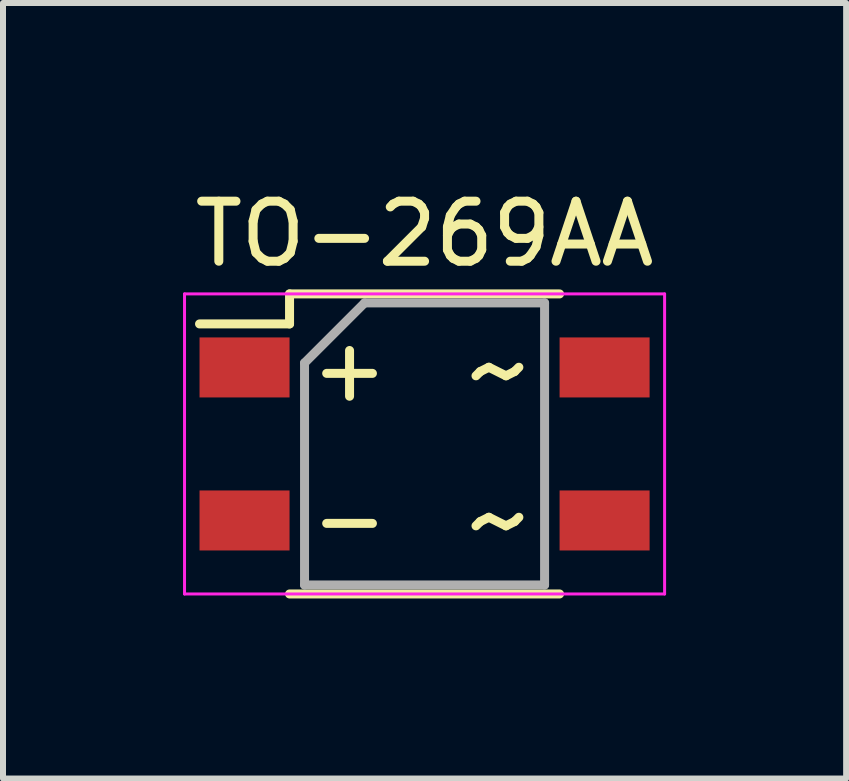
<source format=kicad_pcb>
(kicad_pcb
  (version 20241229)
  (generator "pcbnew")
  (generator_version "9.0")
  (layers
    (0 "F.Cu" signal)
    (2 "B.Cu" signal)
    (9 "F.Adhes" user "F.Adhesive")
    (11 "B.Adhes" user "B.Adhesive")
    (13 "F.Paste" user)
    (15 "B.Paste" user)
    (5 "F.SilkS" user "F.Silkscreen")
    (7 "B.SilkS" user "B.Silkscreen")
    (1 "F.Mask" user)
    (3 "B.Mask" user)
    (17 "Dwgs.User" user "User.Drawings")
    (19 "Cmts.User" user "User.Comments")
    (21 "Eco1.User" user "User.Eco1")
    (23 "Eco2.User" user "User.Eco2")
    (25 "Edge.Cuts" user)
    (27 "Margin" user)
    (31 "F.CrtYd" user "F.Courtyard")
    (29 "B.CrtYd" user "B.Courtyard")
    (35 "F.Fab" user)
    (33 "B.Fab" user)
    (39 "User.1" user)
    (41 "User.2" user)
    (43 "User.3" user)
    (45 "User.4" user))
  (footprint "TO-269AA"
    (layer "F.Cu")
    (at 4.025 4.348)
    (property "Reference" "TO-269AA" (at 0 -3.5 0) (layer "F.SilkS") (effects (font (size 1 1) (thickness 0.15))))
    (attr through_hole)
    (fp_line (start -2.25 -2.5) (end 2.25 -2.5) (stroke (width 0.15) (type solid)) (layer "F.SilkS"))
    (fp_line (start -2.25 -2) (end -3.75 -2) (stroke (width 0.15) (type solid)) (layer "F.SilkS"))
    (fp_line (start -2.25 -2) (end -2.25 -2.5) (stroke (width 0.15) (type solid)) (layer "F.SilkS"))
    (fp_line (start 2.25 2.5) (end -2.25 2.5) (stroke (width 0.15) (type solid)) (layer "F.SilkS"))
    (fp_line (start -4 -2.5) (end 4 -2.5) (stroke (width 0.05) (type solid)) (layer "F.CrtYd"))
    (fp_line (start -4 2.5) (end -4 -2.5) (stroke (width 0.05) (type solid)) (layer "F.CrtYd"))
    (fp_line (start 4 -2.5) (end 4 2.5) (stroke (width 0.05) (type solid)) (layer "F.CrtYd"))
    (fp_line (start 4 2.5) (end -4 2.5) (stroke (width 0.05) (type solid)) (layer "F.CrtYd"))
    (fp_line (start -2 -1.35) (end -1 -2.35) (stroke (width 0.15) (type solid)) (layer "F.Fab"))
    (fp_line (start -2 2.35) (end -2 -1.35) (stroke (width 0.15) (type solid)) (layer "F.Fab"))
    (fp_line (start -1 -2.35) (end 2 -2.35) (stroke (width 0.15) (type solid)) (layer "F.Fab"))
    (fp_line (start 2 -2.35) (end 2 2.35) (stroke (width 0.15) (type solid)) (layer "F.Fab"))
    (fp_line (start 2 2.35) (end -2 2.35) (stroke (width 0.15) (type solid)) (layer "F.Fab"))
    (fp_text user "-" (at -1.25 1.25 0) (layer "F.SilkS") (effects (font (size 1 1) (thickness 0.15))))
    (fp_text user "+" (at -1.25 -1.25 0) (layer "F.SilkS") (effects (font (size 1 1) (thickness 0.15))))
    (fp_text user "~" (at 1.25 1.25 0) (layer "F.SilkS") (effects (font (size 1.5 1.5) (thickness 0.15))))
    (fp_text user "~" (at 1.25 -1.25 0) (layer "F.SilkS") (effects (font (size 1.5 1.5) (thickness 0.15))))
    (pad "1" smd rect (at -3 -1.275) (size 1.5 1) (layers "F.Cu" "F.Mask" "F.Paste"))
    (pad "2" smd rect (at -3 1.275) (size 1.5 1) (layers "F.Cu" "F.Mask" "F.Paste"))
    (pad "3" smd rect (at 3 1.275) (size 1.5 1) (layers "F.Cu" "F.Mask" "F.Paste"))
    (pad "4" smd rect (at 3 -1.275) (size 1.5 1) (layers "F.Cu" "F.Mask" "F.Paste")))
  (gr_rect
    (start -3 -3)
    (end 11.05 9.923)
    (stroke (width 0.1) (type default))
    (fill no)
    (layer "Edge.Cuts")))
</source>
